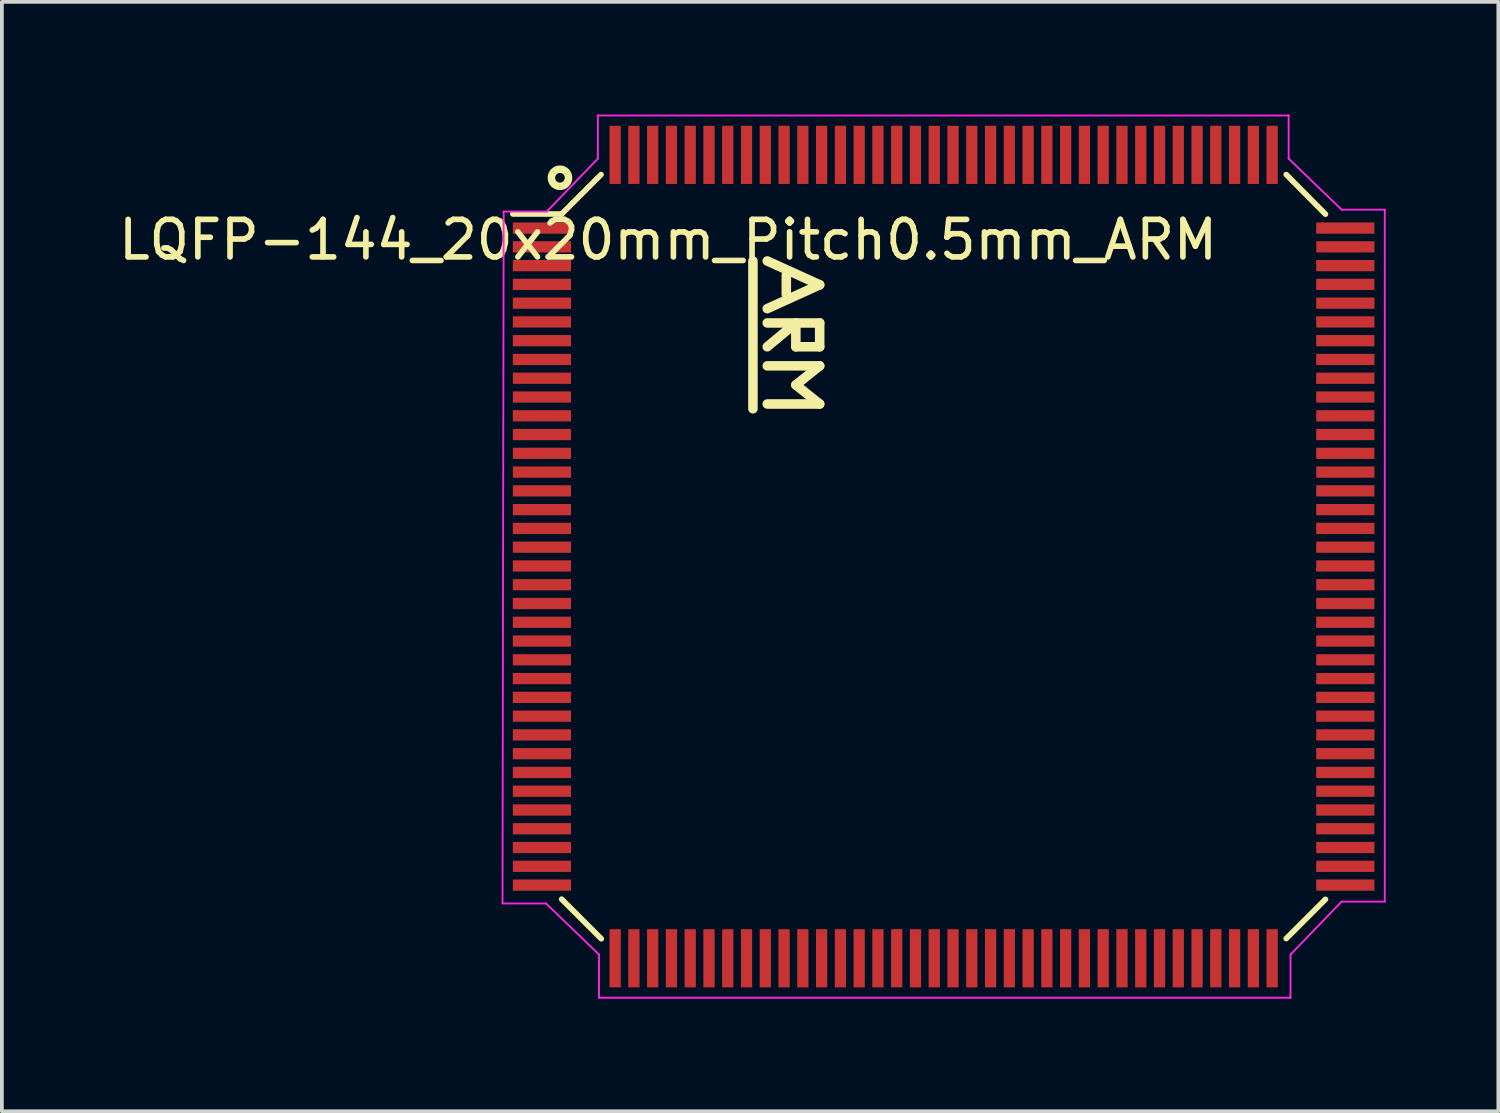
<source format=kicad_pcb>
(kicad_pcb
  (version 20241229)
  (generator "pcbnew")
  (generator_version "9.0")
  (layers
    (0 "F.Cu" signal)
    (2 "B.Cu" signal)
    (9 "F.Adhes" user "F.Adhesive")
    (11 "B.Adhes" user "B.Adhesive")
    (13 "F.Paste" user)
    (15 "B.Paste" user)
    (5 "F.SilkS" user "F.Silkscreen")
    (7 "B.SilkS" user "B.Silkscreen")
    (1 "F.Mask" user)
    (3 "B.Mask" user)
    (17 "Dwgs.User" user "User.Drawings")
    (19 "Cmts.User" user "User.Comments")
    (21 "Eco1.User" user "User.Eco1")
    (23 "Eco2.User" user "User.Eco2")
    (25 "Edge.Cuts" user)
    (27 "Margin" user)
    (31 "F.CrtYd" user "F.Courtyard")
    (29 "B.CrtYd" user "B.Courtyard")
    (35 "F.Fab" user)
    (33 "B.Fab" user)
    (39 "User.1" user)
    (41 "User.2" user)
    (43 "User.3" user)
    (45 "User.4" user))
  (footprint "LQFP-144_20x20mm_Pitch0.5mm_ARM"
    (layer "F.Cu")
    (at 22.085 11.775)
    (property "Reference" "LQFP-144_20x20mm_Pitch0.5mm_ARM" (at -7.341 -8.437 0) (layer "F.SilkS") (effects (font (size 1 1) (thickness 0.15))))
    (attr smd)
    (fp_line (start -10.18 -9.12) (end -9.125 -10.175) (stroke (width 0.15) (type solid)) (layer "F.SilkS"))
    (fp_line (start -10.175 -9.125) (end -11.475 -9.125) (stroke (width 0.15) (type solid)) (layer "F.SilkS"))
    (fp_line (start -9.12 10.18) (end -10.175 9.125) (stroke (width 0.15) (type solid)) (layer "F.SilkS"))
    (fp_line (start -5.08 -7.874) (end -5.08 -3.937) (stroke (width 0.254) (type solid)) (layer "F.SilkS"))
    (fp_line (start -4.699 -7.874) (end -3.302 -7.239) (stroke (width 0.254) (type solid)) (layer "F.SilkS"))
    (fp_line (start -4.699 -6.223) (end -3.302 -6.223) (stroke (width 0.254) (type solid)) (layer "F.SilkS"))
    (fp_line (start -4.699 -5.08) (end -3.302 -5.08) (stroke (width 0.254) (type solid)) (layer "F.SilkS"))
    (fp_line (start -4.191 -7.493) (end -4.191 -6.985) (stroke (width 0.254) (type solid)) (layer "F.SilkS"))
    (fp_line (start -3.937 -6.223) (end -4.699 -5.588) (stroke (width 0.254) (type solid)) (layer "F.SilkS"))
    (fp_line (start -3.937 -5.588) (end -3.937 -6.223) (stroke (width 0.254) (type solid)) (layer "F.SilkS"))
    (fp_line (start -3.937 -4.572) (end -3.302 -4.064) (stroke (width 0.254) (type solid)) (layer "F.SilkS"))
    (fp_line (start -3.302 -7.239) (end -4.699 -6.604) (stroke (width 0.254) (type solid)) (layer "F.SilkS"))
    (fp_line (start -3.302 -6.223) (end -3.302 -5.588) (stroke (width 0.254) (type solid)) (layer "F.SilkS"))
    (fp_line (start -3.302 -5.588) (end -3.937 -5.588) (stroke (width 0.254) (type solid)) (layer "F.SilkS"))
    (fp_line (start -3.302 -5.08) (end -3.937 -4.572) (stroke (width 0.254) (type solid)) (layer "F.SilkS"))
    (fp_line (start -3.302 -4.064) (end -4.699 -4.064) (stroke (width 0.254) (type solid)) (layer "F.SilkS"))
    (fp_line (start 10.17 -9.12) (end 9.125 -10.175) (stroke (width 0.15) (type solid)) (layer "F.SilkS"))
    (fp_line (start 10.17 9.13) (end 9.125 10.175) (stroke (width 0.15) (type solid)) (layer "F.SilkS"))
    (fp_circle (center -10.22 -10.09) (end -10.01 -10.18) (stroke (width 0.2) (type solid)) (fill no) (layer "F.SilkS"))
    (fp_line (start -11.74 9.24) (end -10.59 9.24) (stroke (width 0.05) (type solid)) (layer "F.CrtYd"))
    (fp_line (start -11.72 -9.19) (end -11.75 9.24) (stroke (width 0.05) (type solid)) (layer "F.CrtYd"))
    (fp_line (start -11.72 -9.19) (end -10.57 -9.19) (stroke (width 0.05) (type solid)) (layer "F.CrtYd"))
    (fp_line (start -10.59 9.24) (end -9.18 10.6) (stroke (width 0.05) (type solid)) (layer "F.CrtYd"))
    (fp_line (start -9.21 -11.75) (end -9.21 -10.6) (stroke (width 0.05) (type solid)) (layer "F.CrtYd"))
    (fp_line (start -9.21 -11.75) (end 9.19 -11.75) (stroke (width 0.05) (type solid)) (layer "F.CrtYd"))
    (fp_line (start -9.21 -10.6) (end -10.57 -9.19) (stroke (width 0.05) (type solid)) (layer "F.CrtYd"))
    (fp_line (start -9.18 11.75) (end -9.18 10.6) (stroke (width 0.05) (type solid)) (layer "F.CrtYd"))
    (fp_line (start -9.18 11.75) (end 9.24 11.75) (stroke (width 0.05) (type solid)) (layer "F.CrtYd"))
    (fp_line (start 9.19 -11.75) (end 9.19 -10.6) (stroke (width 0.05) (type solid)) (layer "F.CrtYd"))
    (fp_line (start 9.24 10.6) (end 10.6 9.19) (stroke (width 0.05) (type solid)) (layer "F.CrtYd"))
    (fp_line (start 9.24 11.75) (end 9.24 10.6) (stroke (width 0.05) (type solid)) (layer "F.CrtYd"))
    (fp_line (start 10.6 -9.24) (end 9.19 -10.6) (stroke (width 0.05) (type solid)) (layer "F.CrtYd"))
    (fp_line (start 11.75 -9.24) (end 10.6 -9.24) (stroke (width 0.05) (type solid)) (layer "F.CrtYd"))
    (fp_line (start 11.75 -9.24) (end 11.75 9.19) (stroke (width 0.05) (type solid)) (layer "F.CrtYd"))
    (fp_line (start 11.75 9.19) (end 10.6 9.19) (stroke (width 0.05) (type solid)) (layer "F.CrtYd"))
    (pad "1" smd rect (at -10.7 -8.75) (size 1.55 0.3) (layers "F.Cu" "F.Mask" "F.Paste"))
    (pad "2" smd rect (at -10.7 -8.25) (size 1.55 0.3) (layers "F.Cu" "F.Mask" "F.Paste"))
    (pad "3" smd rect (at -10.7 -7.75) (size 1.55 0.3) (layers "F.Cu" "F.Mask" "F.Paste"))
    (pad "4" smd rect (at -10.7 -7.25) (size 1.55 0.3) (layers "F.Cu" "F.Mask" "F.Paste"))
    (pad "5" smd rect (at -10.7 -6.75) (size 1.55 0.3) (layers "F.Cu" "F.Mask" "F.Paste"))
    (pad "6" smd rect (at -10.7 -6.25) (size 1.55 0.3) (layers "F.Cu" "F.Mask" "F.Paste"))
    (pad "7" smd rect (at -10.7 -5.75) (size 1.55 0.3) (layers "F.Cu" "F.Mask" "F.Paste"))
    (pad "8" smd rect (at -10.7 -5.25) (size 1.55 0.3) (layers "F.Cu" "F.Mask" "F.Paste"))
    (pad "9" smd rect (at -10.7 -4.75) (size 1.55 0.3) (layers "F.Cu" "F.Mask" "F.Paste"))
    (pad "10" smd rect (at -10.7 -4.25) (size 1.55 0.3) (layers "F.Cu" "F.Mask" "F.Paste"))
    (pad "11" smd rect (at -10.7 -3.75) (size 1.55 0.3) (layers "F.Cu" "F.Mask" "F.Paste"))
    (pad "12" smd rect (at -10.7 -3.25) (size 1.55 0.3) (layers "F.Cu" "F.Mask" "F.Paste"))
    (pad "13" smd rect (at -10.7 -2.75) (size 1.55 0.3) (layers "F.Cu" "F.Mask" "F.Paste"))
    (pad "14" smd rect (at -10.7 -2.25) (size 1.55 0.3) (layers "F.Cu" "F.Mask" "F.Paste"))
    (pad "15" smd rect (at -10.7 -1.75) (size 1.55 0.3) (layers "F.Cu" "F.Mask" "F.Paste"))
    (pad "16" smd rect (at -10.7 -1.25) (size 1.55 0.3) (layers "F.Cu" "F.Mask" "F.Paste"))
    (pad "17" smd rect (at -10.7 -0.75) (size 1.55 0.3) (layers "F.Cu" "F.Mask" "F.Paste"))
    (pad "18" smd rect (at -10.7 -0.25) (size 1.55 0.3) (layers "F.Cu" "F.Mask" "F.Paste"))
    (pad "19" smd rect (at -10.7 0.25) (size 1.55 0.3) (layers "F.Cu" "F.Mask" "F.Paste"))
    (pad "20" smd rect (at -10.7 0.75) (size 1.55 0.3) (layers "F.Cu" "F.Mask" "F.Paste"))
    (pad "21" smd rect (at -10.7 1.25) (size 1.55 0.3) (layers "F.Cu" "F.Mask" "F.Paste"))
    (pad "22" smd rect (at -10.7 1.75) (size 1.55 0.3) (layers "F.Cu" "F.Mask" "F.Paste"))
    (pad "23" smd rect (at -10.7 2.25) (size 1.55 0.3) (layers "F.Cu" "F.Mask" "F.Paste"))
    (pad "24" smd rect (at -10.7 2.75) (size 1.55 0.3) (layers "F.Cu" "F.Mask" "F.Paste"))
    (pad "25" smd rect (at -10.7 3.25) (size 1.55 0.3) (layers "F.Cu" "F.Mask" "F.Paste"))
    (pad "26" smd rect (at -10.7 3.75) (size 1.55 0.3) (layers "F.Cu" "F.Mask" "F.Paste"))
    (pad "27" smd rect (at -10.7 4.25) (size 1.55 0.3) (layers "F.Cu" "F.Mask" "F.Paste"))
    (pad "28" smd rect (at -10.7 4.75) (size 1.55 0.3) (layers "F.Cu" "F.Mask" "F.Paste"))
    (pad "29" smd rect (at -10.7 5.25) (size 1.55 0.3) (layers "F.Cu" "F.Mask" "F.Paste"))
    (pad "30" smd rect (at -10.7 5.75) (size 1.55 0.3) (layers "F.Cu" "F.Mask" "F.Paste"))
    (pad "31" smd rect (at -10.7 6.25) (size 1.55 0.3) (layers "F.Cu" "F.Mask" "F.Paste"))
    (pad "32" smd rect (at -10.7 6.75) (size 1.55 0.3) (layers "F.Cu" "F.Mask" "F.Paste"))
    (pad "33" smd rect (at -10.7 7.25) (size 1.55 0.3) (layers "F.Cu" "F.Mask" "F.Paste"))
    (pad "34" smd rect (at -10.7 7.75) (size 1.55 0.3) (layers "F.Cu" "F.Mask" "F.Paste"))
    (pad "35" smd rect (at -10.7 8.25) (size 1.55 0.3) (layers "F.Cu" "F.Mask" "F.Paste"))
    (pad "36" smd rect (at -10.7 8.75) (size 1.55 0.3) (layers "F.Cu" "F.Mask" "F.Paste"))
    (pad "37" smd rect (at -8.75 10.7 90) (size 1.55 0.3) (layers "F.Cu" "F.Mask" "F.Paste"))
    (pad "38" smd rect (at -8.25 10.7 90) (size 1.55 0.3) (layers "F.Cu" "F.Mask" "F.Paste"))
    (pad "39" smd rect (at -7.75 10.7 90) (size 1.55 0.3) (layers "F.Cu" "F.Mask" "F.Paste"))
    (pad "40" smd rect (at -7.25 10.7 90) (size 1.55 0.3) (layers "F.Cu" "F.Mask" "F.Paste"))
    (pad "41" smd rect (at -6.75 10.7 90) (size 1.55 0.3) (layers "F.Cu" "F.Mask" "F.Paste"))
    (pad "42" smd rect (at -6.25 10.7 90) (size 1.55 0.3) (layers "F.Cu" "F.Mask" "F.Paste"))
    (pad "43" smd rect (at -5.75 10.7 90) (size 1.55 0.3) (layers "F.Cu" "F.Mask" "F.Paste"))
    (pad "44" smd rect (at -5.25 10.7 90) (size 1.55 0.3) (layers "F.Cu" "F.Mask" "F.Paste"))
    (pad "45" smd rect (at -4.75 10.7 90) (size 1.55 0.3) (layers "F.Cu" "F.Mask" "F.Paste"))
    (pad "46" smd rect (at -4.25 10.7 90) (size 1.55 0.3) (layers "F.Cu" "F.Mask" "F.Paste"))
    (pad "47" smd rect (at -3.75 10.7 90) (size 1.55 0.3) (layers "F.Cu" "F.Mask" "F.Paste"))
    (pad "48" smd rect (at -3.25 10.7 90) (size 1.55 0.3) (layers "F.Cu" "F.Mask" "F.Paste"))
    (pad "49" smd rect (at -2.75 10.7 90) (size 1.55 0.3) (layers "F.Cu" "F.Mask" "F.Paste"))
    (pad "50" smd rect (at -2.25 10.7 90) (size 1.55 0.3) (layers "F.Cu" "F.Mask" "F.Paste"))
    (pad "51" smd rect (at -1.75 10.7 90) (size 1.55 0.3) (layers "F.Cu" "F.Mask" "F.Paste"))
    (pad "52" smd rect (at -1.25 10.7 90) (size 1.55 0.3) (layers "F.Cu" "F.Mask" "F.Paste"))
    (pad "53" smd rect (at -0.75 10.7 90) (size 1.55 0.3) (layers "F.Cu" "F.Mask" "F.Paste"))
    (pad "54" smd rect (at -0.25 10.7 90) (size 1.55 0.3) (layers "F.Cu" "F.Mask" "F.Paste"))
    (pad "55" smd rect (at 0.25 10.7 90) (size 1.55 0.3) (layers "F.Cu" "F.Mask" "F.Paste"))
    (pad "56" smd rect (at 0.75 10.7 90) (size 1.55 0.3) (layers "F.Cu" "F.Mask" "F.Paste"))
    (pad "57" smd rect (at 1.25 10.7 90) (size 1.55 0.3) (layers "F.Cu" "F.Mask" "F.Paste"))
    (pad "58" smd rect (at 1.75 10.7 90) (size 1.55 0.3) (layers "F.Cu" "F.Mask" "F.Paste"))
    (pad "59" smd rect (at 2.25 10.7 90) (size 1.55 0.3) (layers "F.Cu" "F.Mask" "F.Paste"))
    (pad "60" smd rect (at 2.75 10.7 90) (size 1.55 0.3) (layers "F.Cu" "F.Mask" "F.Paste"))
    (pad "61" smd rect (at 3.25 10.7 90) (size 1.55 0.3) (layers "F.Cu" "F.Mask" "F.Paste"))
    (pad "62" smd rect (at 3.75 10.7 90) (size 1.55 0.3) (layers "F.Cu" "F.Mask" "F.Paste"))
    (pad "63" smd rect (at 4.25 10.7 90) (size 1.55 0.3) (layers "F.Cu" "F.Mask" "F.Paste"))
    (pad "64" smd rect (at 4.75 10.7 90) (size 1.55 0.3) (layers "F.Cu" "F.Mask" "F.Paste"))
    (pad "65" smd rect (at 5.25 10.7 90) (size 1.55 0.3) (layers "F.Cu" "F.Mask" "F.Paste"))
    (pad "66" smd rect (at 5.75 10.7 90) (size 1.55 0.3) (layers "F.Cu" "F.Mask" "F.Paste"))
    (pad "67" smd rect (at 6.25 10.7 90) (size 1.55 0.3) (layers "F.Cu" "F.Mask" "F.Paste"))
    (pad "68" smd rect (at 6.75 10.7 90) (size 1.55 0.3) (layers "F.Cu" "F.Mask" "F.Paste"))
    (pad "69" smd rect (at 7.25 10.7 90) (size 1.55 0.3) (layers "F.Cu" "F.Mask" "F.Paste"))
    (pad "70" smd rect (at 7.75 10.7 90) (size 1.55 0.3) (layers "F.Cu" "F.Mask" "F.Paste"))
    (pad "71" smd rect (at 8.25 10.7 90) (size 1.55 0.3) (layers "F.Cu" "F.Mask" "F.Paste"))
    (pad "72" smd rect (at 8.75 10.7 90) (size 1.55 0.3) (layers "F.Cu" "F.Mask" "F.Paste"))
    (pad "73" smd rect (at 10.7 8.75) (size 1.55 0.3) (layers "F.Cu" "F.Mask" "F.Paste"))
    (pad "74" smd rect (at 10.7 8.25) (size 1.55 0.3) (layers "F.Cu" "F.Mask" "F.Paste"))
    (pad "75" smd rect (at 10.7 7.75) (size 1.55 0.3) (layers "F.Cu" "F.Mask" "F.Paste"))
    (pad "76" smd rect (at 10.7 7.25) (size 1.55 0.3) (layers "F.Cu" "F.Mask" "F.Paste"))
    (pad "77" smd rect (at 10.7 6.75) (size 1.55 0.3) (layers "F.Cu" "F.Mask" "F.Paste"))
    (pad "78" smd rect (at 10.7 6.25) (size 1.55 0.3) (layers "F.Cu" "F.Mask" "F.Paste"))
    (pad "79" smd rect (at 10.7 5.75) (size 1.55 0.3) (layers "F.Cu" "F.Mask" "F.Paste"))
    (pad "80" smd rect (at 10.7 5.25) (size 1.55 0.3) (layers "F.Cu" "F.Mask" "F.Paste"))
    (pad "81" smd rect (at 10.7 4.75) (size 1.55 0.3) (layers "F.Cu" "F.Mask" "F.Paste"))
    (pad "82" smd rect (at 10.7 4.25) (size 1.55 0.3) (layers "F.Cu" "F.Mask" "F.Paste"))
    (pad "83" smd rect (at 10.7 3.75) (size 1.55 0.3) (layers "F.Cu" "F.Mask" "F.Paste"))
    (pad "84" smd rect (at 10.7 3.25) (size 1.55 0.3) (layers "F.Cu" "F.Mask" "F.Paste"))
    (pad "85" smd rect (at 10.7 2.75) (size 1.55 0.3) (layers "F.Cu" "F.Mask" "F.Paste"))
    (pad "86" smd rect (at 10.7 2.25) (size 1.55 0.3) (layers "F.Cu" "F.Mask" "F.Paste"))
    (pad "87" smd rect (at 10.7 1.75) (size 1.55 0.3) (layers "F.Cu" "F.Mask" "F.Paste"))
    (pad "88" smd rect (at 10.7 1.25) (size 1.55 0.3) (layers "F.Cu" "F.Mask" "F.Paste"))
    (pad "89" smd rect (at 10.7 0.75) (size 1.55 0.3) (layers "F.Cu" "F.Mask" "F.Paste"))
    (pad "90" smd rect (at 10.7 0.25) (size 1.55 0.3) (layers "F.Cu" "F.Mask" "F.Paste"))
    (pad "91" smd rect (at 10.7 -0.25) (size 1.55 0.3) (layers "F.Cu" "F.Mask" "F.Paste"))
    (pad "92" smd rect (at 10.7 -0.75) (size 1.55 0.3) (layers "F.Cu" "F.Mask" "F.Paste"))
    (pad "93" smd rect (at 10.7 -1.25) (size 1.55 0.3) (layers "F.Cu" "F.Mask" "F.Paste"))
    (pad "94" smd rect (at 10.7 -1.75) (size 1.55 0.3) (layers "F.Cu" "F.Mask" "F.Paste"))
    (pad "95" smd rect (at 10.7 -2.25) (size 1.55 0.3) (layers "F.Cu" "F.Mask" "F.Paste"))
    (pad "96" smd rect (at 10.7 -2.75) (size 1.55 0.3) (layers "F.Cu" "F.Mask" "F.Paste"))
    (pad "97" smd rect (at 10.7 -3.25) (size 1.55 0.3) (layers "F.Cu" "F.Mask" "F.Paste"))
    (pad "98" smd rect (at 10.7 -3.75) (size 1.55 0.3) (layers "F.Cu" "F.Mask" "F.Paste"))
    (pad "99" smd rect (at 10.7 -4.25) (size 1.55 0.3) (layers "F.Cu" "F.Mask" "F.Paste"))
    (pad "100" smd rect (at 10.7 -4.75) (size 1.55 0.3) (layers "F.Cu" "F.Mask" "F.Paste"))
    (pad "101" smd rect (at 10.7 -5.25) (size 1.55 0.3) (layers "F.Cu" "F.Mask" "F.Paste"))
    (pad "102" smd rect (at 10.7 -5.75) (size 1.55 0.3) (layers "F.Cu" "F.Mask" "F.Paste"))
    (pad "103" smd rect (at 10.7 -6.25) (size 1.55 0.3) (layers "F.Cu" "F.Mask" "F.Paste"))
    (pad "104" smd rect (at 10.7 -6.75) (size 1.55 0.3) (layers "F.Cu" "F.Mask" "F.Paste"))
    (pad "105" smd rect (at 10.7 -7.25) (size 1.55 0.3) (layers "F.Cu" "F.Mask" "F.Paste"))
    (pad "106" smd rect (at 10.7 -7.75) (size 1.55 0.3) (layers "F.Cu" "F.Mask" "F.Paste"))
    (pad "107" smd rect (at 10.7 -8.25) (size 1.55 0.3) (layers "F.Cu" "F.Mask" "F.Paste"))
    (pad "108" smd rect (at 10.7 -8.75) (size 1.55 0.3) (layers "F.Cu" "F.Mask" "F.Paste"))
    (pad "109" smd rect (at 8.75 -10.7 90) (size 1.55 0.3) (layers "F.Cu" "F.Mask" "F.Paste"))
    (pad "110" smd rect (at 8.25 -10.7 90) (size 1.55 0.3) (layers "F.Cu" "F.Mask" "F.Paste"))
    (pad "111" smd rect (at 7.75 -10.7 90) (size 1.55 0.3) (layers "F.Cu" "F.Mask" "F.Paste"))
    (pad "112" smd rect (at 7.25 -10.7 90) (size 1.55 0.3) (layers "F.Cu" "F.Mask" "F.Paste"))
    (pad "113" smd rect (at 6.75 -10.7 90) (size 1.55 0.3) (layers "F.Cu" "F.Mask" "F.Paste"))
    (pad "114" smd rect (at 6.25 -10.7 90) (size 1.55 0.3) (layers "F.Cu" "F.Mask" "F.Paste"))
    (pad "115" smd rect (at 5.75 -10.7 90) (size 1.55 0.3) (layers "F.Cu" "F.Mask" "F.Paste"))
    (pad "116" smd rect (at 5.25 -10.7 90) (size 1.55 0.3) (layers "F.Cu" "F.Mask" "F.Paste"))
    (pad "117" smd rect (at 4.75 -10.7 90) (size 1.55 0.3) (layers "F.Cu" "F.Mask" "F.Paste"))
    (pad "118" smd rect (at 4.25 -10.7 90) (size 1.55 0.3) (layers "F.Cu" "F.Mask" "F.Paste"))
    (pad "119" smd rect (at 3.75 -10.7 90) (size 1.55 0.3) (layers "F.Cu" "F.Mask" "F.Paste"))
    (pad "120" smd rect (at 3.25 -10.7 90) (size 1.55 0.3) (layers "F.Cu" "F.Mask" "F.Paste"))
    (pad "121" smd rect (at 2.75 -10.7 90) (size 1.55 0.3) (layers "F.Cu" "F.Mask" "F.Paste"))
    (pad "122" smd rect (at 2.25 -10.7 90) (size 1.55 0.3) (layers "F.Cu" "F.Mask" "F.Paste"))
    (pad "123" smd rect (at 1.75 -10.7 90) (size 1.55 0.3) (layers "F.Cu" "F.Mask" "F.Paste"))
    (pad "124" smd rect (at 1.25 -10.7 90) (size 1.55 0.3) (layers "F.Cu" "F.Mask" "F.Paste"))
    (pad "125" smd rect (at 0.75 -10.7 90) (size 1.55 0.3) (layers "F.Cu" "F.Mask" "F.Paste"))
    (pad "126" smd rect (at 0.25 -10.7 90) (size 1.55 0.3) (layers "F.Cu" "F.Mask" "F.Paste"))
    (pad "127" smd rect (at -0.25 -10.7 90) (size 1.55 0.3) (layers "F.Cu" "F.Mask" "F.Paste"))
    (pad "128" smd rect (at -0.75 -10.7 90) (size 1.55 0.3) (layers "F.Cu" "F.Mask" "F.Paste"))
    (pad "129" smd rect (at -1.25 -10.7 90) (size 1.55 0.3) (layers "F.Cu" "F.Mask" "F.Paste"))
    (pad "130" smd rect (at -1.75 -10.7 90) (size 1.55 0.3) (layers "F.Cu" "F.Mask" "F.Paste"))
    (pad "131" smd rect (at -2.25 -10.7 90) (size 1.55 0.3) (layers "F.Cu" "F.Mask" "F.Paste"))
    (pad "132" smd rect (at -2.75 -10.7 90) (size 1.55 0.3) (layers "F.Cu" "F.Mask" "F.Paste"))
    (pad "133" smd rect (at -3.25 -10.7 90) (size 1.55 0.3) (layers "F.Cu" "F.Mask" "F.Paste"))
    (pad "134" smd rect (at -3.75 -10.7 90) (size 1.55 0.3) (layers "F.Cu" "F.Mask" "F.Paste"))
    (pad "135" smd rect (at -4.25 -10.7 90) (size 1.55 0.3) (layers "F.Cu" "F.Mask" "F.Paste"))
    (pad "136" smd rect (at -4.75 -10.7 90) (size 1.55 0.3) (layers "F.Cu" "F.Mask" "F.Paste"))
    (pad "137" smd rect (at -5.25 -10.7 90) (size 1.55 0.3) (layers "F.Cu" "F.Mask" "F.Paste"))
    (pad "138" smd rect (at -5.75 -10.7 90) (size 1.55 0.3) (layers "F.Cu" "F.Mask" "F.Paste"))
    (pad "139" smd rect (at -6.25 -10.7 90) (size 1.55 0.3) (layers "F.Cu" "F.Mask" "F.Paste"))
    (pad "140" smd rect (at -6.75 -10.7 90) (size 1.55 0.3) (layers "F.Cu" "F.Mask" "F.Paste"))
    (pad "141" smd rect (at -7.25 -10.7 90) (size 1.55 0.3) (layers "F.Cu" "F.Mask" "F.Paste"))
    (pad "142" smd rect (at -7.75 -10.7 90) (size 1.55 0.3) (layers "F.Cu" "F.Mask" "F.Paste"))
    (pad "143" smd rect (at -8.25 -10.7 90) (size 1.55 0.3) (layers "F.Cu" "F.Mask" "F.Paste"))
    (pad "144" smd rect (at -8.75 -10.7 90) (size 1.55 0.3) (layers "F.Cu" "F.Mask" "F.Paste")))
  (gr_rect
    (start -3 -3)
    (end 36.86 26.55)
    (stroke (width 0.1) (type default))
    (fill no)
    (layer "Edge.Cuts")))
</source>
